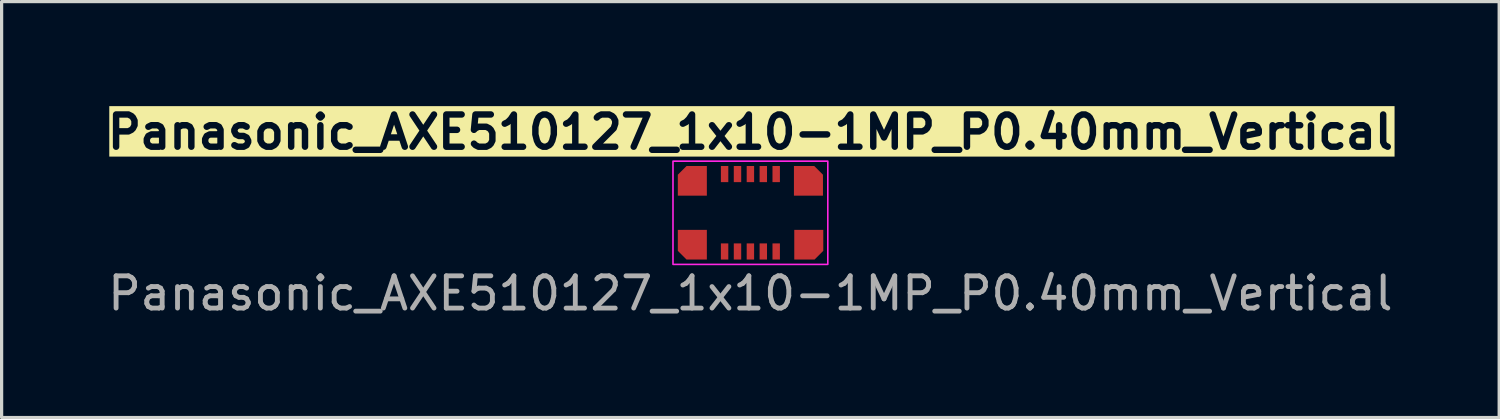
<source format=kicad_pcb>
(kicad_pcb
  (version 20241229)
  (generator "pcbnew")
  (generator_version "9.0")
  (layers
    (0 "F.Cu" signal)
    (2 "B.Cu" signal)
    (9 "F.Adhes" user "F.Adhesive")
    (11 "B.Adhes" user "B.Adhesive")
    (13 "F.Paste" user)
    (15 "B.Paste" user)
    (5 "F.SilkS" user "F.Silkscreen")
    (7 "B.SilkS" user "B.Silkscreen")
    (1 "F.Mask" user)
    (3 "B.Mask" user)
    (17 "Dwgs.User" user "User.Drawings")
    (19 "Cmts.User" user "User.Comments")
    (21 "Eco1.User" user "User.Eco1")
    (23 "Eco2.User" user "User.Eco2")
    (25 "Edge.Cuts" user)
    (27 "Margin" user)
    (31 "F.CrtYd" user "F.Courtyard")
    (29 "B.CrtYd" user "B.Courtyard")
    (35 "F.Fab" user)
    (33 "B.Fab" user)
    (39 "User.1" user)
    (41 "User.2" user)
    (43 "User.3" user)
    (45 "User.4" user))
  (footprint "Panasonic_AXE510127_1x10-1MP_P0.40mm_Vertical"
    (layer "F.Cu")
    (at 20.216 3.547)
    (property "Reference" "Panasonic_AXE510127_1x10-1MP_P0.40mm_Vertical" (at 0 -2.5 0) (unlocked yes) (layer "F.SilkS" knockout) (effects (font (size 1 1) (thickness 0.2) (bold yes))))
    (attr smd)
    (fp_rect (start -2.4 -1.6) (end 2.4 1.6) (stroke (width 0.05) (type default)) (fill no) (layer "F.CrtYd"))
    (fp_text user "${REFERENCE}" (at 0 2.5 0) (unlocked yes) (layer "F.Fab") (effects (font (size 1 1) (thickness 0.15))))
    (pad "1" smd rect (at -0.8 -1.2) (size 0.23 0.5) (layers "F.Cu" "F.Mask" "F.Paste"))
    (pad "2" smd rect (at -0.4 -1.2) (size 0.23 0.5) (layers "F.Cu" "F.Mask" "F.Paste"))
    (pad "3" smd rect (at 0 -1.2) (size 0.23 0.5) (layers "F.Cu" "F.Mask" "F.Paste"))
    (pad "4" smd rect (at 0.4 -1.2) (size 0.23 0.5) (layers "F.Cu" "F.Mask" "F.Paste"))
    (pad "5" smd rect (at 0.8 -1.2) (size 0.23 0.5) (layers "F.Cu" "F.Mask" "F.Paste"))
    (pad "6" smd rect (at 0.8 1.2) (size 0.23 0.5) (layers "F.Cu" "F.Mask" "F.Paste"))
    (pad "7" smd rect (at 0.4 1.2) (size 0.23 0.5) (layers "F.Cu" "F.Mask" "F.Paste"))
    (pad "8" smd rect (at 0 1.2) (size 0.23 0.5) (layers "F.Cu" "F.Mask" "F.Paste"))
    (pad "9" smd rect (at -0.4 1.2) (size 0.23 0.5) (layers "F.Cu" "F.Mask" "F.Paste"))
    (pad "10" smd rect (at -0.8 1.2) (size 0.23 0.5) (layers "F.Cu" "F.Mask" "F.Paste"))
    (pad "MP" smd roundrect (at -1.8 -0.99) (size 0.9 0.92) (layers "F.Cu" "F.Mask" "F.Paste") (roundrect_rratio 0) (chamfer_ratio 0.3) (chamfer top_left))
    (pad "MP" smd roundrect (at -1.8 0.99) (size 0.9 0.92) (layers "F.Cu" "F.Mask" "F.Paste") (roundrect_rratio 0) (chamfer_ratio 0.3) (chamfer bottom_left))
    (pad "MP" smd roundrect (at 1.8 -0.99) (size 0.9 0.92) (layers "F.Cu" "F.Mask" "F.Paste") (roundrect_rratio 0) (chamfer_ratio 0.3) (chamfer top_right))
    (pad "MP" smd roundrect (at 1.81 0.99) (size 0.9 0.92) (layers "F.Cu" "F.Mask" "F.Paste") (roundrect_rratio 0) (chamfer_ratio 0.3) (chamfer bottom_right)))
  (gr_rect
    (start -3 -3)
    (end 43.432 9.895)
    (stroke (width 0.1) (type default))
    (fill no)
    (layer "Edge.Cuts")))
</source>
